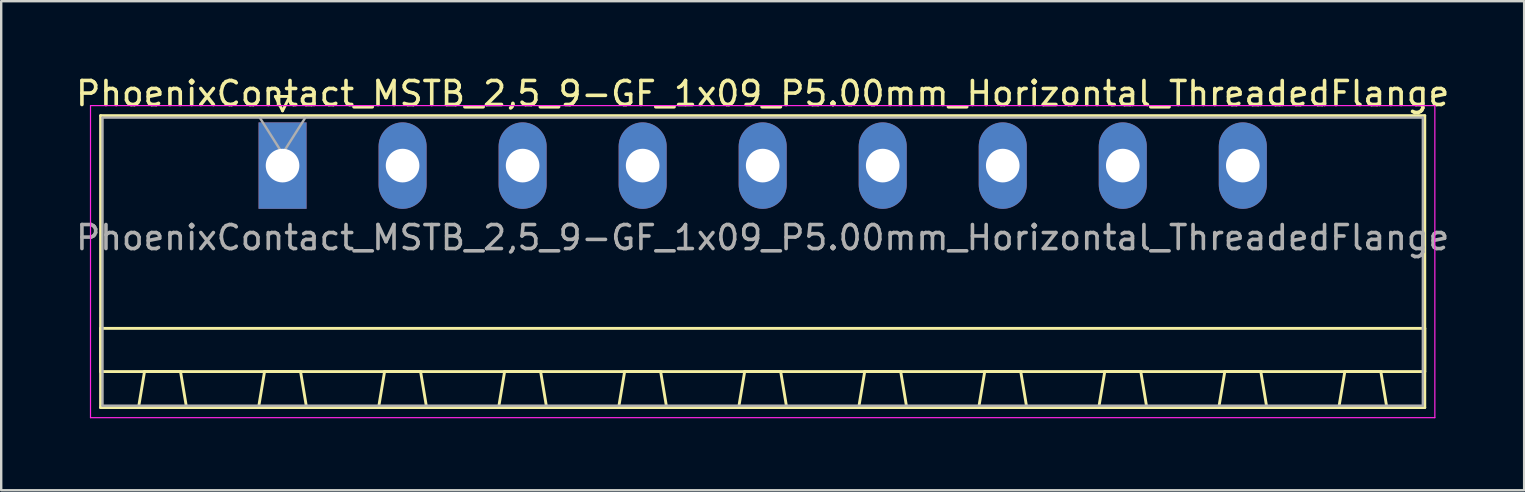
<source format=kicad_pcb>
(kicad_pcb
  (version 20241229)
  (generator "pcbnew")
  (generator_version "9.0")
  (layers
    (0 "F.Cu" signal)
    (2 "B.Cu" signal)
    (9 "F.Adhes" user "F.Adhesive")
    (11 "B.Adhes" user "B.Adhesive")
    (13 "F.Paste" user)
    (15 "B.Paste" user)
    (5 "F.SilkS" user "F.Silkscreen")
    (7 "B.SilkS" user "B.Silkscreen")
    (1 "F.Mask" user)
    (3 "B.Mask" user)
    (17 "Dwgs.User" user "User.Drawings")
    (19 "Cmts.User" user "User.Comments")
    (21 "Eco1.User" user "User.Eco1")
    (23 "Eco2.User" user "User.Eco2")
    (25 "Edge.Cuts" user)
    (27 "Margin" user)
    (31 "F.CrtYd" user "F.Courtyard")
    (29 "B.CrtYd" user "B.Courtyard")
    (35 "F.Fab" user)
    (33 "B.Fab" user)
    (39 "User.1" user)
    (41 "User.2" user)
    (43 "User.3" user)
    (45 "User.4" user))
  (footprint "PhoenixContact_MSTB_2,5_9-GF_1x09_P5.00mm_Horizontal_ThreadedFlange"
    (layer "F.Cu")
    (at 8.72 3.848)
    (property "Reference" "PhoenixContact_MSTB_2,5_9-GF_1x09_P5.00mm_Horizontal_ThreadedFlange" (at 20 -3 0) (layer "F.SilkS") (effects (font (size 1 1) (thickness 0.15))))
    (attr through_hole)
    (fp_line (start -7.58 -2.08) (end -7.58 10.08) (stroke (width 0.12) (type solid)) (layer "F.SilkS"))
    (fp_line (start -7.58 6.78) (end 47.58 6.78) (stroke (width 0.12) (type solid)) (layer "F.SilkS"))
    (fp_line (start -7.58 8.58) (end -7.58 6.78) (stroke (width 0.12) (type solid)) (layer "F.SilkS"))
    (fp_line (start -7.58 10.08) (end 47.58 10.08) (stroke (width 0.12) (type solid)) (layer "F.SilkS"))
    (fp_line (start -6 10.08) (end -4 10.08) (stroke (width 0.12) (type solid)) (layer "F.SilkS"))
    (fp_line (start -5.75 8.58) (end -6 10.08) (stroke (width 0.12) (type solid)) (layer "F.SilkS"))
    (fp_line (start -4.25 8.58) (end -5.75 8.58) (stroke (width 0.12) (type solid)) (layer "F.SilkS"))
    (fp_line (start -4 10.08) (end -4.25 8.58) (stroke (width 0.12) (type solid)) (layer "F.SilkS"))
    (fp_line (start -1 10.08) (end 1 10.08) (stroke (width 0.12) (type solid)) (layer "F.SilkS"))
    (fp_line (start -0.75 8.58) (end -1 10.08) (stroke (width 0.12) (type solid)) (layer "F.SilkS"))
    (fp_line (start -0.3 -2.88) (end 0.3 -2.88) (stroke (width 0.12) (type solid)) (layer "F.SilkS"))
    (fp_line (start 0 -2.28) (end -0.3 -2.88) (stroke (width 0.12) (type solid)) (layer "F.SilkS"))
    (fp_line (start 0.3 -2.88) (end 0 -2.28) (stroke (width 0.12) (type solid)) (layer "F.SilkS"))
    (fp_line (start 0.75 8.58) (end -0.75 8.58) (stroke (width 0.12) (type solid)) (layer "F.SilkS"))
    (fp_line (start 1 10.08) (end 0.75 8.58) (stroke (width 0.12) (type solid)) (layer "F.SilkS"))
    (fp_line (start 4 10.08) (end 6 10.08) (stroke (width 0.12) (type solid)) (layer "F.SilkS"))
    (fp_line (start 4.25 8.58) (end 4 10.08) (stroke (width 0.12) (type solid)) (layer "F.SilkS"))
    (fp_line (start 5.75 8.58) (end 4.25 8.58) (stroke (width 0.12) (type solid)) (layer "F.SilkS"))
    (fp_line (start 6 10.08) (end 5.75 8.58) (stroke (width 0.12) (type solid)) (layer "F.SilkS"))
    (fp_line (start 9 10.08) (end 11 10.08) (stroke (width 0.12) (type solid)) (layer "F.SilkS"))
    (fp_line (start 9.25 8.58) (end 9 10.08) (stroke (width 0.12) (type solid)) (layer "F.SilkS"))
    (fp_line (start 10.75 8.58) (end 9.25 8.58) (stroke (width 0.12) (type solid)) (layer "F.SilkS"))
    (fp_line (start 11 10.08) (end 10.75 8.58) (stroke (width 0.12) (type solid)) (layer "F.SilkS"))
    (fp_line (start 14 10.08) (end 16 10.08) (stroke (width 0.12) (type solid)) (layer "F.SilkS"))
    (fp_line (start 14.25 8.58) (end 14 10.08) (stroke (width 0.12) (type solid)) (layer "F.SilkS"))
    (fp_line (start 15.75 8.58) (end 14.25 8.58) (stroke (width 0.12) (type solid)) (layer "F.SilkS"))
    (fp_line (start 16 10.08) (end 15.75 8.58) (stroke (width 0.12) (type solid)) (layer "F.SilkS"))
    (fp_line (start 19 10.08) (end 21 10.08) (stroke (width 0.12) (type solid)) (layer "F.SilkS"))
    (fp_line (start 19.25 8.58) (end 19 10.08) (stroke (width 0.12) (type solid)) (layer "F.SilkS"))
    (fp_line (start 20.75 8.58) (end 19.25 8.58) (stroke (width 0.12) (type solid)) (layer "F.SilkS"))
    (fp_line (start 21 10.08) (end 20.75 8.58) (stroke (width 0.12) (type solid)) (layer "F.SilkS"))
    (fp_line (start 24 10.08) (end 26 10.08) (stroke (width 0.12) (type solid)) (layer "F.SilkS"))
    (fp_line (start 24.25 8.58) (end 24 10.08) (stroke (width 0.12) (type solid)) (layer "F.SilkS"))
    (fp_line (start 25.75 8.58) (end 24.25 8.58) (stroke (width 0.12) (type solid)) (layer "F.SilkS"))
    (fp_line (start 26 10.08) (end 25.75 8.58) (stroke (width 0.12) (type solid)) (layer "F.SilkS"))
    (fp_line (start 29 10.08) (end 31 10.08) (stroke (width 0.12) (type solid)) (layer "F.SilkS"))
    (fp_line (start 29.25 8.58) (end 29 10.08) (stroke (width 0.12) (type solid)) (layer "F.SilkS"))
    (fp_line (start 30.75 8.58) (end 29.25 8.58) (stroke (width 0.12) (type solid)) (layer "F.SilkS"))
    (fp_line (start 31 10.08) (end 30.75 8.58) (stroke (width 0.12) (type solid)) (layer "F.SilkS"))
    (fp_line (start 34 10.08) (end 36 10.08) (stroke (width 0.12) (type solid)) (layer "F.SilkS"))
    (fp_line (start 34.25 8.58) (end 34 10.08) (stroke (width 0.12) (type solid)) (layer "F.SilkS"))
    (fp_line (start 35.75 8.58) (end 34.25 8.58) (stroke (width 0.12) (type solid)) (layer "F.SilkS"))
    (fp_line (start 36 10.08) (end 35.75 8.58) (stroke (width 0.12) (type solid)) (layer "F.SilkS"))
    (fp_line (start 39 10.08) (end 41 10.08) (stroke (width 0.12) (type solid)) (layer "F.SilkS"))
    (fp_line (start 39.25 8.58) (end 39 10.08) (stroke (width 0.12) (type solid)) (layer "F.SilkS"))
    (fp_line (start 40.75 8.58) (end 39.25 8.58) (stroke (width 0.12) (type solid)) (layer "F.SilkS"))
    (fp_line (start 41 10.08) (end 40.75 8.58) (stroke (width 0.12) (type solid)) (layer "F.SilkS"))
    (fp_line (start 44 10.08) (end 46 10.08) (stroke (width 0.12) (type solid)) (layer "F.SilkS"))
    (fp_line (start 44.25 8.58) (end 44 10.08) (stroke (width 0.12) (type solid)) (layer "F.SilkS"))
    (fp_line (start 45.75 8.58) (end 44.25 8.58) (stroke (width 0.12) (type solid)) (layer "F.SilkS"))
    (fp_line (start 46 10.08) (end 45.75 8.58) (stroke (width 0.12) (type solid)) (layer "F.SilkS"))
    (fp_line (start 47.58 -2.08) (end -7.58 -2.08) (stroke (width 0.12) (type solid)) (layer "F.SilkS"))
    (fp_line (start 47.58 6.78) (end 47.58 8.58) (stroke (width 0.12) (type solid)) (layer "F.SilkS"))
    (fp_line (start 47.58 8.58) (end -7.58 8.58) (stroke (width 0.12) (type solid)) (layer "F.SilkS"))
    (fp_line (start 47.58 10.08) (end 47.58 -2.08) (stroke (width 0.12) (type solid)) (layer "F.SilkS"))
    (fp_line (start -8 -2.5) (end -8 10.5) (stroke (width 0.05) (type solid)) (layer "F.CrtYd"))
    (fp_line (start -8 10.5) (end 48 10.5) (stroke (width 0.05) (type solid)) (layer "F.CrtYd"))
    (fp_line (start 48 -2.5) (end -8 -2.5) (stroke (width 0.05) (type solid)) (layer "F.CrtYd"))
    (fp_line (start 48 10.5) (end 48 -2.5) (stroke (width 0.05) (type solid)) (layer "F.CrtYd"))
    (fp_line (start -7.5 -2) (end -7.5 10) (stroke (width 0.1) (type solid)) (layer "F.Fab"))
    (fp_line (start -7.5 10) (end 47.5 10) (stroke (width 0.1) (type solid)) (layer "F.Fab"))
    (fp_line (start 0 -0.5) (end -0.95 -2) (stroke (width 0.1) (type solid)) (layer "F.Fab"))
    (fp_line (start 0.95 -2) (end 0 -0.5) (stroke (width 0.1) (type solid)) (layer "F.Fab"))
    (fp_line (start 47.5 -2) (end -7.5 -2) (stroke (width 0.1) (type solid)) (layer "F.Fab"))
    (fp_line (start 47.5 10) (end 47.5 -2) (stroke (width 0.1) (type solid)) (layer "F.Fab"))
    (fp_text user "${REFERENCE}" (at 20 3 0) (layer "F.Fab") (effects (font (size 1 1) (thickness 0.15))))
    (pad "1" thru_hole rect (at 0 0) (size 2 3.6) (drill 1.4) (layers "*.Cu" "*.Mask"))
    (pad "2" thru_hole oval (at 5 0) (size 2 3.6) (drill 1.4) (layers "*.Cu" "*.Mask"))
    (pad "3" thru_hole oval (at 10 0) (size 2 3.6) (drill 1.4) (layers "*.Cu" "*.Mask"))
    (pad "4" thru_hole oval (at 15 0) (size 2 3.6) (drill 1.4) (layers "*.Cu" "*.Mask"))
    (pad "5" thru_hole oval (at 20 0) (size 2 3.6) (drill 1.4) (layers "*.Cu" "*.Mask"))
    (pad "6" thru_hole oval (at 25 0) (size 2 3.6) (drill 1.4) (layers "*.Cu" "*.Mask"))
    (pad "7" thru_hole oval (at 30 0) (size 2 3.6) (drill 1.4) (layers "*.Cu" "*.Mask"))
    (pad "8" thru_hole oval (at 35 0) (size 2 3.6) (drill 1.4) (layers "*.Cu" "*.Mask"))
    (pad "9" thru_hole oval (at 40 0) (size 2 3.6) (drill 1.4) (layers "*.Cu" "*.Mask")))
  (gr_rect
    (start -3 -3)
    (end 60.44 17.373)
    (stroke (width 0.1) (type default))
    (fill no)
    (layer "Edge.Cuts")))
</source>
